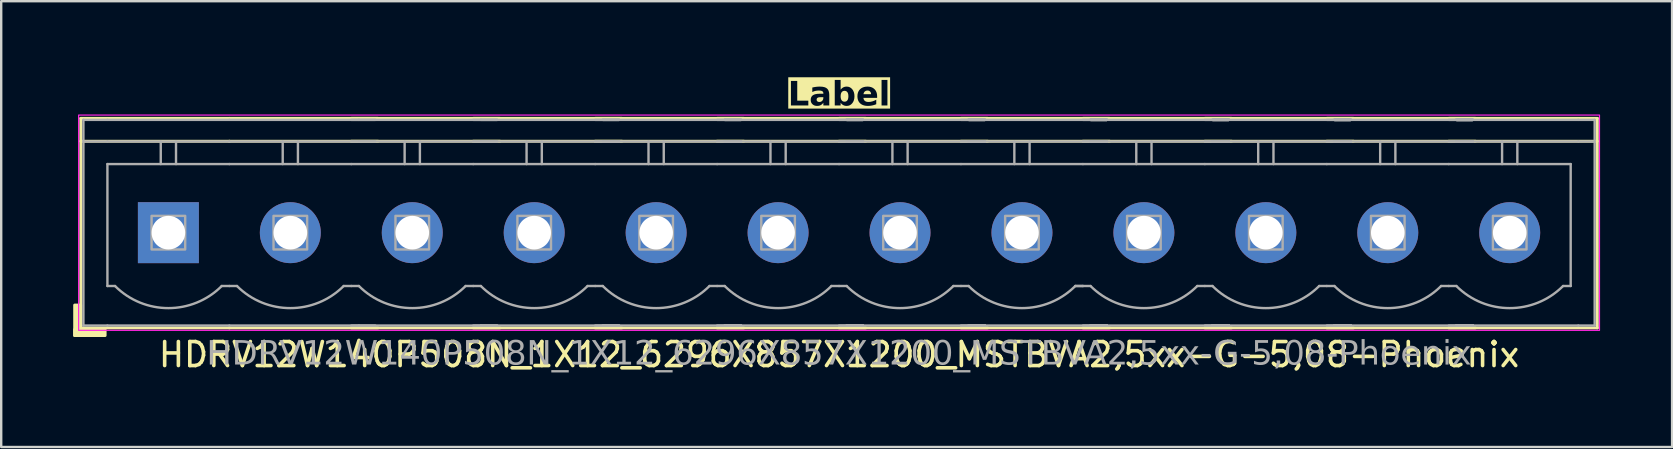
<source format=kicad_pcb>
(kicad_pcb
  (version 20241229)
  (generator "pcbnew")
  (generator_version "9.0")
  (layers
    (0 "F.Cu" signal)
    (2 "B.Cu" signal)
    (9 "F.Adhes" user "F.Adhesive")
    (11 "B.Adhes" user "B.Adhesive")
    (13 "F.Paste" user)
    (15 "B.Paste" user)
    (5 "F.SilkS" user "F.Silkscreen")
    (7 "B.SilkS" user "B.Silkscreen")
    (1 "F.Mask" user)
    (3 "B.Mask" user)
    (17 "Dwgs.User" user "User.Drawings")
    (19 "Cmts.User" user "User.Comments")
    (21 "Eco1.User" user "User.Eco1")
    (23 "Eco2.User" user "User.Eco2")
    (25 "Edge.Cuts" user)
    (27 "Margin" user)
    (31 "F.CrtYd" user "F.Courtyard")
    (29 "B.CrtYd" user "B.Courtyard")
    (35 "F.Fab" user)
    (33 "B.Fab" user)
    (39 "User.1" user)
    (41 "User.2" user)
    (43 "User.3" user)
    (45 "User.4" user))
  (footprint "HDRV12W140P508N_1X12_6296X857X1200_MSTBVA2,5xx-G-5,08-Phoenix"
    (layer "F.Cu")
    (at 31.905 6.643)
    (property "Reference" "HDRV12W140P508N_1X12_6296X857X1200_MSTBVA2,5xx-G-5,08-Phoenix" (at 0 5.08 0) (layer "F.SilkS") (effects (font (size 1 1) (thickness 0.15))))
    (property "Label" "Label" (at 0 -5.715 0) (layer "F.SilkS" knockout) (effects (font (face "Tahoma") (size 1 1) (thickness 0.2) (bold yes))))
    (attr through_hole)
    (fp_line (start -31.591 -4.763) (end -31.591 3.969) (stroke (width 0.12) (type solid)) (layer "F.SilkS"))
    (fp_line (start -31.591 -4.763) (end -25.4 -4.763) (stroke (width 0.12) (type solid)) (layer "F.SilkS"))
    (fp_line (start -31.591 -3.81) (end -25.4 -3.81) (stroke (width 0.12) (type solid)) (layer "F.SilkS"))
    (fp_line (start -31.591 3.969) (end -25.4 3.969) (stroke (width 0.12) (type solid)) (layer "F.SilkS"))
    (fp_line (start -19.209 -4.763) (end -25.4 -4.763) (stroke (width 0.12) (type solid)) (layer "F.SilkS"))
    (fp_line (start -19.209 -3.81) (end -25.4 -3.81) (stroke (width 0.12) (type solid)) (layer "F.SilkS"))
    (fp_line (start -19.209 3.969) (end -25.4 3.969) (stroke (width 0.12) (type solid)) (layer "F.SilkS"))
    (fp_line (start -14.129 -4.763) (end -20.32 -4.763) (stroke (width 0.12) (type solid)) (layer "F.SilkS"))
    (fp_line (start -14.129 -3.81) (end -20.32 -3.81) (stroke (width 0.12) (type solid)) (layer "F.SilkS"))
    (fp_line (start -14.129 3.969) (end -20.32 3.969) (stroke (width 0.12) (type solid)) (layer "F.SilkS"))
    (fp_line (start -9.049 -4.763) (end -15.24 -4.763) (stroke (width 0.12) (type solid)) (layer "F.SilkS"))
    (fp_line (start -9.049 -3.81) (end -15.24 -3.81) (stroke (width 0.12) (type solid)) (layer "F.SilkS"))
    (fp_line (start -9.049 3.969) (end -15.24 3.969) (stroke (width 0.12) (type solid)) (layer "F.SilkS"))
    (fp_line (start -3.969 -4.763) (end -10.16 -4.763) (stroke (width 0.12) (type solid)) (layer "F.SilkS"))
    (fp_line (start -3.969 -3.81) (end -10.16 -3.81) (stroke (width 0.12) (type solid)) (layer "F.SilkS"))
    (fp_line (start -3.969 3.969) (end -10.16 3.969) (stroke (width 0.12) (type solid)) (layer "F.SilkS"))
    (fp_line (start 1.111 -4.763) (end -5.08 -4.763) (stroke (width 0.12) (type solid)) (layer "F.SilkS"))
    (fp_line (start 1.111 -3.81) (end -5.08 -3.81) (stroke (width 0.12) (type solid)) (layer "F.SilkS"))
    (fp_line (start 1.111 3.969) (end -5.08 3.969) (stroke (width 0.12) (type solid)) (layer "F.SilkS"))
    (fp_line (start 6.191 -4.763) (end 0 -4.763) (stroke (width 0.12) (type solid)) (layer "F.SilkS"))
    (fp_line (start 6.191 -3.81) (end 0 -3.81) (stroke (width 0.12) (type solid)) (layer "F.SilkS"))
    (fp_line (start 6.191 3.969) (end 0 3.969) (stroke (width 0.12) (type solid)) (layer "F.SilkS"))
    (fp_line (start 11.271 -4.763) (end 5.08 -4.763) (stroke (width 0.12) (type solid)) (layer "F.SilkS"))
    (fp_line (start 11.271 -3.81) (end 5.08 -3.81) (stroke (width 0.12) (type solid)) (layer "F.SilkS"))
    (fp_line (start 11.271 3.969) (end 5.08 3.969) (stroke (width 0.12) (type solid)) (layer "F.SilkS"))
    (fp_line (start 16.351 -4.763) (end 10.16 -4.763) (stroke (width 0.12) (type solid)) (layer "F.SilkS"))
    (fp_line (start 16.351 -3.81) (end 10.16 -3.81) (stroke (width 0.12) (type solid)) (layer "F.SilkS"))
    (fp_line (start 16.351 3.969) (end 10.16 3.969) (stroke (width 0.12) (type solid)) (layer "F.SilkS"))
    (fp_line (start 21.431 -4.763) (end 15.24 -4.763) (stroke (width 0.12) (type solid)) (layer "F.SilkS"))
    (fp_line (start 21.431 -3.81) (end 15.24 -3.81) (stroke (width 0.12) (type solid)) (layer "F.SilkS"))
    (fp_line (start 21.431 3.969) (end 15.24 3.969) (stroke (width 0.12) (type solid)) (layer "F.SilkS"))
    (fp_line (start 26.511 -4.763) (end 20.32 -4.763) (stroke (width 0.12) (type solid)) (layer "F.SilkS"))
    (fp_line (start 26.511 -3.81) (end 20.32 -3.81) (stroke (width 0.12) (type solid)) (layer "F.SilkS"))
    (fp_line (start 26.511 3.969) (end 20.32 3.969) (stroke (width 0.12) (type solid)) (layer "F.SilkS"))
    (fp_line (start 31.591 -4.763) (end 25.4 -4.763) (stroke (width 0.12) (type solid)) (layer "F.SilkS"))
    (fp_line (start 31.591 -4.763) (end 31.591 3.969) (stroke (width 0.12) (type solid)) (layer "F.SilkS"))
    (fp_line (start 31.591 -3.81) (end 25.4 -3.81) (stroke (width 0.12) (type solid)) (layer "F.SilkS"))
    (fp_line (start 31.591 3.969) (end 25.4 3.969) (stroke (width 0.12) (type solid)) (layer "F.SilkS"))
    (fp_rect (start -31.591 3.016) (end -31.845 4.286) (stroke (width 0.12) (type solid)) (fill yes) (layer "F.SilkS"))
    (fp_rect (start -30.575 4.286) (end -31.845 4.032) (stroke (width 0.12) (type solid)) (fill yes) (layer "F.SilkS"))
    (fp_rect (start -31.68 -4.9) (end 31.68 4.07) (stroke (width 0.05) (type default)) (fill no) (layer "F.CrtYd"))
    (fp_line (start -31.48 -4.7) (end -31.48 3.87) (stroke (width 0.1) (type solid)) (layer "F.Fab"))
    (fp_line (start -31.48 -3.8) (end -30.48 -3.8) (stroke (width 0.1) (type solid)) (layer "F.Fab"))
    (fp_line (start -30.48 -4.7) (end -31.48 -4.7) (stroke (width 0.1) (type solid)) (layer "F.Fab"))
    (fp_line (start -30.48 -4.7) (end -25.4 -4.7) (stroke (width 0.1) (type solid)) (layer "F.Fab"))
    (fp_line (start -30.48 -2.858) (end -25.4 -2.858) (stroke (width 0.1) (type default)) (layer "F.Fab"))
    (fp_line (start -30.48 2.222) (end -30.48 -2.858) (stroke (width 0.1) (type default)) (layer "F.Fab"))
    (fp_line (start -30.48 3.87) (end -31.48 3.87) (stroke (width 0.1) (type solid)) (layer "F.Fab"))
    (fp_line (start -30.48 3.87) (end -25.4 3.87) (stroke (width 0.1) (type solid)) (layer "F.Fab"))
    (fp_line (start -30.163 2.222) (end -30.48 2.222) (stroke (width 0.1) (type default)) (layer "F.Fab"))
    (fp_line (start -28.258 -3.8) (end -28.258 -2.858) (stroke (width 0.1) (type default)) (layer "F.Fab"))
    (fp_line (start -27.622 -3.8) (end -27.622 -2.858) (stroke (width 0.1) (type default)) (layer "F.Fab"))
    (fp_line (start -25.4 -4.7) (end -20.003 -4.7) (stroke (width 0.1) (type solid)) (layer "F.Fab"))
    (fp_line (start -25.4 -3.8) (end -30.48 -3.8) (stroke (width 0.1) (type solid)) (layer "F.Fab"))
    (fp_line (start -25.4 -2.858) (end -20.32 -2.858) (stroke (width 0.1) (type default)) (layer "F.Fab"))
    (fp_line (start -25.4 2.222) (end -25.718 2.222) (stroke (width 0.1) (type default)) (layer "F.Fab"))
    (fp_line (start -25.4 3.87) (end -20.003 3.87) (stroke (width 0.1) (type solid)) (layer "F.Fab"))
    (fp_line (start -25.082 2.222) (end -25.4 2.222) (stroke (width 0.1) (type default)) (layer "F.Fab"))
    (fp_line (start -23.177 -3.8) (end -23.177 -2.858) (stroke (width 0.1) (type default)) (layer "F.Fab"))
    (fp_line (start -22.543 -3.8) (end -22.543 -2.858) (stroke (width 0.1) (type default)) (layer "F.Fab"))
    (fp_line (start -20.32 -4.7) (end -14.922 -4.7) (stroke (width 0.1) (type solid)) (layer "F.Fab"))
    (fp_line (start -20.32 -2.858) (end -15.24 -2.858) (stroke (width 0.1) (type default)) (layer "F.Fab"))
    (fp_line (start -20.32 2.222) (end -20.637 2.222) (stroke (width 0.1) (type default)) (layer "F.Fab"))
    (fp_line (start -20.32 3.87) (end -14.922 3.87) (stroke (width 0.1) (type solid)) (layer "F.Fab"))
    (fp_line (start -20.003 -4.7) (end -19.32 -4.7) (stroke (width 0.1) (type solid)) (layer "F.Fab"))
    (fp_line (start -20.003 -3.8) (end -25.4 -3.8) (stroke (width 0.1) (type solid)) (layer "F.Fab"))
    (fp_line (start -20.003 2.222) (end -20.32 2.222) (stroke (width 0.1) (type default)) (layer "F.Fab"))
    (fp_line (start -20.003 3.87) (end -19.32 3.87) (stroke (width 0.1) (type solid)) (layer "F.Fab"))
    (fp_line (start -19.32 -3.8) (end -20.003 -3.8) (stroke (width 0.1) (type solid)) (layer "F.Fab"))
    (fp_line (start -18.098 -3.8) (end -18.098 -2.858) (stroke (width 0.1) (type default)) (layer "F.Fab"))
    (fp_line (start -17.462 -3.8) (end -17.462 -2.858) (stroke (width 0.1) (type default)) (layer "F.Fab"))
    (fp_line (start -15.24 -4.7) (end -9.842 -4.7) (stroke (width 0.1) (type solid)) (layer "F.Fab"))
    (fp_line (start -15.24 -2.858) (end -10.16 -2.858) (stroke (width 0.1) (type default)) (layer "F.Fab"))
    (fp_line (start -15.24 2.222) (end -15.557 2.222) (stroke (width 0.1) (type default)) (layer "F.Fab"))
    (fp_line (start -15.24 3.87) (end -9.842 3.87) (stroke (width 0.1) (type solid)) (layer "F.Fab"))
    (fp_line (start -14.922 -4.7) (end -14.24 -4.7) (stroke (width 0.1) (type solid)) (layer "F.Fab"))
    (fp_line (start -14.922 -4.7) (end -14.24 -4.7) (stroke (width 0.1) (type solid)) (layer "F.Fab"))
    (fp_line (start -14.922 -3.8) (end -20.32 -3.8) (stroke (width 0.1) (type solid)) (layer "F.Fab"))
    (fp_line (start -14.922 2.222) (end -15.24 2.222) (stroke (width 0.1) (type default)) (layer "F.Fab"))
    (fp_line (start -14.922 3.87) (end -14.24 3.87) (stroke (width 0.1) (type solid)) (layer "F.Fab"))
    (fp_line (start -14.922 3.87) (end -14.24 3.87) (stroke (width 0.1) (type solid)) (layer "F.Fab"))
    (fp_line (start -14.24 -3.8) (end -14.922 -3.8) (stroke (width 0.1) (type solid)) (layer "F.Fab"))
    (fp_line (start -14.24 -3.8) (end -14.922 -3.8) (stroke (width 0.1) (type solid)) (layer "F.Fab"))
    (fp_line (start -13.018 -3.8) (end -13.018 -2.858) (stroke (width 0.1) (type default)) (layer "F.Fab"))
    (fp_line (start -12.383 -3.8) (end -12.383 -2.858) (stroke (width 0.1) (type default)) (layer "F.Fab"))
    (fp_line (start -10.16 -4.7) (end -4.763 -4.7) (stroke (width 0.1) (type solid)) (layer "F.Fab"))
    (fp_line (start -10.16 -2.858) (end -5.08 -2.858) (stroke (width 0.1) (type default)) (layer "F.Fab"))
    (fp_line (start -10.16 2.222) (end -10.477 2.222) (stroke (width 0.1) (type default)) (layer "F.Fab"))
    (fp_line (start -10.16 3.87) (end -4.763 3.87) (stroke (width 0.1) (type solid)) (layer "F.Fab"))
    (fp_line (start -9.842 -4.7) (end -9.16 -4.7) (stroke (width 0.1) (type solid)) (layer "F.Fab"))
    (fp_line (start -9.842 -4.7) (end -9.16 -4.7) (stroke (width 0.1) (type solid)) (layer "F.Fab"))
    (fp_line (start -9.842 -4.7) (end -9.16 -4.7) (stroke (width 0.1) (type solid)) (layer "F.Fab"))
    (fp_line (start -9.842 -3.8) (end -15.24 -3.8) (stroke (width 0.1) (type solid)) (layer "F.Fab"))
    (fp_line (start -9.842 2.222) (end -10.16 2.222) (stroke (width 0.1) (type default)) (layer "F.Fab"))
    (fp_line (start -9.842 3.87) (end -9.16 3.87) (stroke (width 0.1) (type solid)) (layer "F.Fab"))
    (fp_line (start -9.842 3.87) (end -9.16 3.87) (stroke (width 0.1) (type solid)) (layer "F.Fab"))
    (fp_line (start -9.842 3.87) (end -9.16 3.87) (stroke (width 0.1) (type solid)) (layer "F.Fab"))
    (fp_line (start -9.16 -3.8) (end -9.842 -3.8) (stroke (width 0.1) (type solid)) (layer "F.Fab"))
    (fp_line (start -9.16 -3.8) (end -9.842 -3.8) (stroke (width 0.1) (type solid)) (layer "F.Fab"))
    (fp_line (start -9.16 -3.8) (end -9.842 -3.8) (stroke (width 0.1) (type solid)) (layer "F.Fab"))
    (fp_line (start -7.938 -3.8) (end -7.938 -2.858) (stroke (width 0.1) (type default)) (layer "F.Fab"))
    (fp_line (start -7.303 -3.8) (end -7.303 -2.858) (stroke (width 0.1) (type default)) (layer "F.Fab"))
    (fp_line (start -5.08 -4.7) (end 0.318 -4.7) (stroke (width 0.1) (type solid)) (layer "F.Fab"))
    (fp_line (start -5.08 -2.858) (end 0 -2.858) (stroke (width 0.1) (type default)) (layer "F.Fab"))
    (fp_line (start -5.08 2.222) (end -5.397 2.222) (stroke (width 0.1) (type default)) (layer "F.Fab"))
    (fp_line (start -5.08 3.87) (end 0.318 3.87) (stroke (width 0.1) (type solid)) (layer "F.Fab"))
    (fp_line (start -4.763 -4.7) (end -4.08 -4.7) (stroke (width 0.1) (type solid)) (layer "F.Fab"))
    (fp_line (start -4.763 -4.7) (end -4.08 -4.7) (stroke (width 0.1) (type solid)) (layer "F.Fab"))
    (fp_line (start -4.763 -4.7) (end -4.08 -4.7) (stroke (width 0.1) (type solid)) (layer "F.Fab"))
    (fp_line (start -4.763 -4.7) (end -4.08 -4.7) (stroke (width 0.1) (type solid)) (layer "F.Fab"))
    (fp_line (start -4.763 -3.8) (end -10.16 -3.8) (stroke (width 0.1) (type solid)) (layer "F.Fab"))
    (fp_line (start -4.763 2.222) (end -5.08 2.222) (stroke (width 0.1) (type default)) (layer "F.Fab"))
    (fp_line (start -4.763 3.87) (end -4.08 3.87) (stroke (width 0.1) (type solid)) (layer "F.Fab"))
    (fp_line (start -4.763 3.87) (end -4.08 3.87) (stroke (width 0.1) (type solid)) (layer "F.Fab"))
    (fp_line (start -4.763 3.87) (end -4.08 3.87) (stroke (width 0.1) (type solid)) (layer "F.Fab"))
    (fp_line (start -4.763 3.87) (end -4.08 3.87) (stroke (width 0.1) (type solid)) (layer "F.Fab"))
    (fp_line (start -4.08 -3.8) (end -4.763 -3.8) (stroke (width 0.1) (type solid)) (layer "F.Fab"))
    (fp_line (start -4.08 -3.8) (end -4.763 -3.8) (stroke (width 0.1) (type solid)) (layer "F.Fab"))
    (fp_line (start -4.08 -3.8) (end -4.763 -3.8) (stroke (width 0.1) (type solid)) (layer "F.Fab"))
    (fp_line (start -4.08 -3.8) (end -4.763 -3.8) (stroke (width 0.1) (type solid)) (layer "F.Fab"))
    (fp_line (start -2.857 -3.8) (end -2.857 -2.858) (stroke (width 0.1) (type default)) (layer "F.Fab"))
    (fp_line (start -2.223 -3.8) (end -2.223 -2.858) (stroke (width 0.1) (type default)) (layer "F.Fab"))
    (fp_line (start 0 -4.7) (end 5.397 -4.7) (stroke (width 0.1) (type solid)) (layer "F.Fab"))
    (fp_line (start 0 -2.858) (end 5.08 -2.858) (stroke (width 0.1) (type default)) (layer "F.Fab"))
    (fp_line (start 0 2.222) (end -0.318 2.222) (stroke (width 0.1) (type default)) (layer "F.Fab"))
    (fp_line (start 0 3.87) (end 5.397 3.87) (stroke (width 0.1) (type solid)) (layer "F.Fab"))
    (fp_line (start 0.318 -4.7) (end 1 -4.7) (stroke (width 0.1) (type solid)) (layer "F.Fab"))
    (fp_line (start 0.318 -4.7) (end 1 -4.7) (stroke (width 0.1) (type solid)) (layer "F.Fab"))
    (fp_line (start 0.318 -4.7) (end 1 -4.7) (stroke (width 0.1) (type solid)) (layer "F.Fab"))
    (fp_line (start 0.318 -4.7) (end 1 -4.7) (stroke (width 0.1) (type solid)) (layer "F.Fab"))
    (fp_line (start 0.318 -4.7) (end 1 -4.7) (stroke (width 0.1) (type solid)) (layer "F.Fab"))
    (fp_line (start 0.318 -3.8) (end -5.08 -3.8) (stroke (width 0.1) (type solid)) (layer "F.Fab"))
    (fp_line (start 0.318 2.222) (end 0 2.222) (stroke (width 0.1) (type default)) (layer "F.Fab"))
    (fp_line (start 0.318 3.87) (end 1 3.87) (stroke (width 0.1) (type solid)) (layer "F.Fab"))
    (fp_line (start 0.318 3.87) (end 1 3.87) (stroke (width 0.1) (type solid)) (layer "F.Fab"))
    (fp_line (start 0.318 3.87) (end 1 3.87) (stroke (width 0.1) (type solid)) (layer "F.Fab"))
    (fp_line (start 0.318 3.87) (end 1 3.87) (stroke (width 0.1) (type solid)) (layer "F.Fab"))
    (fp_line (start 0.318 3.87) (end 1 3.87) (stroke (width 0.1) (type solid)) (layer "F.Fab"))
    (fp_line (start 1 -3.8) (end 0.318 -3.8) (stroke (width 0.1) (type solid)) (layer "F.Fab"))
    (fp_line (start 1 -3.8) (end 0.318 -3.8) (stroke (width 0.1) (type solid)) (layer "F.Fab"))
    (fp_line (start 1 -3.8) (end 0.318 -3.8) (stroke (width 0.1) (type solid)) (layer "F.Fab"))
    (fp_line (start 1 -3.8) (end 0.318 -3.8) (stroke (width 0.1) (type solid)) (layer "F.Fab"))
    (fp_line (start 1 -3.8) (end 0.318 -3.8) (stroke (width 0.1) (type solid)) (layer "F.Fab"))
    (fp_line (start 2.223 -3.8) (end 2.223 -2.858) (stroke (width 0.1) (type default)) (layer "F.Fab"))
    (fp_line (start 2.857 -3.8) (end 2.857 -2.858) (stroke (width 0.1) (type default)) (layer "F.Fab"))
    (fp_line (start 5.08 -4.7) (end 10.477 -4.7) (stroke (width 0.1) (type solid)) (layer "F.Fab"))
    (fp_line (start 5.08 -2.858) (end 10.16 -2.858) (stroke (width 0.1) (type default)) (layer "F.Fab"))
    (fp_line (start 5.08 2.222) (end 4.763 2.222) (stroke (width 0.1) (type default)) (layer "F.Fab"))
    (fp_line (start 5.08 3.87) (end 10.477 3.87) (stroke (width 0.1) (type solid)) (layer "F.Fab"))
    (fp_line (start 5.397 -4.7) (end 6.08 -4.7) (stroke (width 0.1) (type solid)) (layer "F.Fab"))
    (fp_line (start 5.397 -4.7) (end 6.08 -4.7) (stroke (width 0.1) (type solid)) (layer "F.Fab"))
    (fp_line (start 5.397 -4.7) (end 6.08 -4.7) (stroke (width 0.1) (type solid)) (layer "F.Fab"))
    (fp_line (start 5.397 -4.7) (end 6.08 -4.7) (stroke (width 0.1) (type solid)) (layer "F.Fab"))
    (fp_line (start 5.397 -4.7) (end 6.08 -4.7) (stroke (width 0.1) (type solid)) (layer "F.Fab"))
    (fp_line (start 5.397 -4.7) (end 6.08 -4.7) (stroke (width 0.1) (type solid)) (layer "F.Fab"))
    (fp_line (start 5.397 -3.8) (end 0 -3.8) (stroke (width 0.1) (type solid)) (layer "F.Fab"))
    (fp_line (start 5.397 2.222) (end 5.08 2.222) (stroke (width 0.1) (type default)) (layer "F.Fab"))
    (fp_line (start 5.397 3.87) (end 6.08 3.87) (stroke (width 0.1) (type solid)) (layer "F.Fab"))
    (fp_line (start 5.397 3.87) (end 6.08 3.87) (stroke (width 0.1) (type solid)) (layer "F.Fab"))
    (fp_line (start 5.397 3.87) (end 6.08 3.87) (stroke (width 0.1) (type solid)) (layer "F.Fab"))
    (fp_line (start 5.397 3.87) (end 6.08 3.87) (stroke (width 0.1) (type solid)) (layer "F.Fab"))
    (fp_line (start 5.397 3.87) (end 6.08 3.87) (stroke (width 0.1) (type solid)) (layer "F.Fab"))
    (fp_line (start 5.397 3.87) (end 6.08 3.87) (stroke (width 0.1) (type solid)) (layer "F.Fab"))
    (fp_line (start 6.08 -3.8) (end 5.397 -3.8) (stroke (width 0.1) (type solid)) (layer "F.Fab"))
    (fp_line (start 6.08 -3.8) (end 5.397 -3.8) (stroke (width 0.1) (type solid)) (layer "F.Fab"))
    (fp_line (start 6.08 -3.8) (end 5.397 -3.8) (stroke (width 0.1) (type solid)) (layer "F.Fab"))
    (fp_line (start 6.08 -3.8) (end 5.397 -3.8) (stroke (width 0.1) (type solid)) (layer "F.Fab"))
    (fp_line (start 6.08 -3.8) (end 5.397 -3.8) (stroke (width 0.1) (type solid)) (layer "F.Fab"))
    (fp_line (start 6.08 -3.8) (end 5.397 -3.8) (stroke (width 0.1) (type solid)) (layer "F.Fab"))
    (fp_line (start 7.303 -3.8) (end 7.303 -2.858) (stroke (width 0.1) (type default)) (layer "F.Fab"))
    (fp_line (start 7.938 -3.8) (end 7.938 -2.858) (stroke (width 0.1) (type default)) (layer "F.Fab"))
    (fp_line (start 10.16 -4.7) (end 15.557 -4.7) (stroke (width 0.1) (type solid)) (layer "F.Fab"))
    (fp_line (start 10.16 -2.858) (end 15.24 -2.858) (stroke (width 0.1) (type default)) (layer "F.Fab"))
    (fp_line (start 10.16 2.222) (end 9.842 2.222) (stroke (width 0.1) (type default)) (layer "F.Fab"))
    (fp_line (start 10.16 2.222) (end 9.842 2.222) (stroke (width 0.1) (type default)) (layer "F.Fab"))
    (fp_line (start 10.16 3.87) (end 15.557 3.87) (stroke (width 0.1) (type solid)) (layer "F.Fab"))
    (fp_line (start 10.477 -4.7) (end 11.16 -4.7) (stroke (width 0.1) (type solid)) (layer "F.Fab"))
    (fp_line (start 10.477 -4.7) (end 11.16 -4.7) (stroke (width 0.1) (type solid)) (layer "F.Fab"))
    (fp_line (start 10.477 -4.7) (end 11.16 -4.7) (stroke (width 0.1) (type solid)) (layer "F.Fab"))
    (fp_line (start 10.477 -4.7) (end 11.16 -4.7) (stroke (width 0.1) (type solid)) (layer "F.Fab"))
    (fp_line (start 10.477 -4.7) (end 11.16 -4.7) (stroke (width 0.1) (type solid)) (layer "F.Fab"))
    (fp_line (start 10.477 -4.7) (end 11.16 -4.7) (stroke (width 0.1) (type solid)) (layer "F.Fab"))
    (fp_line (start 10.477 -4.7) (end 11.16 -4.7) (stroke (width 0.1) (type solid)) (layer "F.Fab"))
    (fp_line (start 10.477 -3.8) (end 5.08 -3.8) (stroke (width 0.1) (type solid)) (layer "F.Fab"))
    (fp_line (start 10.477 2.222) (end 10.16 2.222) (stroke (width 0.1) (type default)) (layer "F.Fab"))
    (fp_line (start 10.477 3.87) (end 11.16 3.87) (stroke (width 0.1) (type solid)) (layer "F.Fab"))
    (fp_line (start 10.477 3.87) (end 11.16 3.87) (stroke (width 0.1) (type solid)) (layer "F.Fab"))
    (fp_line (start 10.477 3.87) (end 11.16 3.87) (stroke (width 0.1) (type solid)) (layer "F.Fab"))
    (fp_line (start 10.477 3.87) (end 11.16 3.87) (stroke (width 0.1) (type solid)) (layer "F.Fab"))
    (fp_line (start 10.477 3.87) (end 11.16 3.87) (stroke (width 0.1) (type solid)) (layer "F.Fab"))
    (fp_line (start 10.477 3.87) (end 11.16 3.87) (stroke (width 0.1) (type solid)) (layer "F.Fab"))
    (fp_line (start 10.477 3.87) (end 11.16 3.87) (stroke (width 0.1) (type solid)) (layer "F.Fab"))
    (fp_line (start 11.16 -3.8) (end 10.477 -3.8) (stroke (width 0.1) (type solid)) (layer "F.Fab"))
    (fp_line (start 11.16 -3.8) (end 10.477 -3.8) (stroke (width 0.1) (type solid)) (layer "F.Fab"))
    (fp_line (start 11.16 -3.8) (end 10.477 -3.8) (stroke (width 0.1) (type solid)) (layer "F.Fab"))
    (fp_line (start 11.16 -3.8) (end 10.477 -3.8) (stroke (width 0.1) (type solid)) (layer "F.Fab"))
    (fp_line (start 11.16 -3.8) (end 10.477 -3.8) (stroke (width 0.1) (type solid)) (layer "F.Fab"))
    (fp_line (start 11.16 -3.8) (end 10.477 -3.8) (stroke (width 0.1) (type solid)) (layer "F.Fab"))
    (fp_line (start 11.16 -3.8) (end 10.477 -3.8) (stroke (width 0.1) (type solid)) (layer "F.Fab"))
    (fp_line (start 12.383 -3.8) (end 12.383 -2.858) (stroke (width 0.1) (type default)) (layer "F.Fab"))
    (fp_line (start 13.018 -3.8) (end 13.018 -2.858) (stroke (width 0.1) (type default)) (layer "F.Fab"))
    (fp_line (start 15.24 -4.7) (end 20.637 -4.7) (stroke (width 0.1) (type solid)) (layer "F.Fab"))
    (fp_line (start 15.24 -2.858) (end 20.32 -2.858) (stroke (width 0.1) (type default)) (layer "F.Fab"))
    (fp_line (start 15.24 2.222) (end 14.922 2.222) (stroke (width 0.1) (type default)) (layer "F.Fab"))
    (fp_line (start 15.24 3.87) (end 20.637 3.87) (stroke (width 0.1) (type solid)) (layer "F.Fab"))
    (fp_line (start 15.557 -4.7) (end 16.24 -4.7) (stroke (width 0.1) (type solid)) (layer "F.Fab"))
    (fp_line (start 15.557 -4.7) (end 16.24 -4.7) (stroke (width 0.1) (type solid)) (layer "F.Fab"))
    (fp_line (start 15.557 -4.7) (end 16.24 -4.7) (stroke (width 0.1) (type solid)) (layer "F.Fab"))
    (fp_line (start 15.557 -4.7) (end 16.24 -4.7) (stroke (width 0.1) (type solid)) (layer "F.Fab"))
    (fp_line (start 15.557 -4.7) (end 16.24 -4.7) (stroke (width 0.1) (type solid)) (layer "F.Fab"))
    (fp_line (start 15.557 -4.7) (end 16.24 -4.7) (stroke (width 0.1) (type solid)) (layer "F.Fab"))
    (fp_line (start 15.557 -4.7) (end 16.24 -4.7) (stroke (width 0.1) (type solid)) (layer "F.Fab"))
    (fp_line (start 15.557 -4.7) (end 16.24 -4.7) (stroke (width 0.1) (type solid)) (layer "F.Fab"))
    (fp_line (start 15.557 -3.8) (end 10.16 -3.8) (stroke (width 0.1) (type solid)) (layer "F.Fab"))
    (fp_line (start 15.557 2.222) (end 15.24 2.222) (stroke (width 0.1) (type default)) (layer "F.Fab"))
    (fp_line (start 15.557 3.87) (end 16.24 3.87) (stroke (width 0.1) (type solid)) (layer "F.Fab"))
    (fp_line (start 15.557 3.87) (end 16.24 3.87) (stroke (width 0.1) (type solid)) (layer "F.Fab"))
    (fp_line (start 15.557 3.87) (end 16.24 3.87) (stroke (width 0.1) (type solid)) (layer "F.Fab"))
    (fp_line (start 15.557 3.87) (end 16.24 3.87) (stroke (width 0.1) (type solid)) (layer "F.Fab"))
    (fp_line (start 15.557 3.87) (end 16.24 3.87) (stroke (width 0.1) (type solid)) (layer "F.Fab"))
    (fp_line (start 15.557 3.87) (end 16.24 3.87) (stroke (width 0.1) (type solid)) (layer "F.Fab"))
    (fp_line (start 15.557 3.87) (end 16.24 3.87) (stroke (width 0.1) (type solid)) (layer "F.Fab"))
    (fp_line (start 15.557 3.87) (end 16.24 3.87) (stroke (width 0.1) (type solid)) (layer "F.Fab"))
    (fp_line (start 16.24 -3.8) (end 15.557 -3.8) (stroke (width 0.1) (type solid)) (layer "F.Fab"))
    (fp_line (start 16.24 -3.8) (end 15.557 -3.8) (stroke (width 0.1) (type solid)) (layer "F.Fab"))
    (fp_line (start 16.24 -3.8) (end 15.557 -3.8) (stroke (width 0.1) (type solid)) (layer "F.Fab"))
    (fp_line (start 16.24 -3.8) (end 15.557 -3.8) (stroke (width 0.1) (type solid)) (layer "F.Fab"))
    (fp_line (start 16.24 -3.8) (end 15.557 -3.8) (stroke (width 0.1) (type solid)) (layer "F.Fab"))
    (fp_line (start 16.24 -3.8) (end 15.557 -3.8) (stroke (width 0.1) (type solid)) (layer "F.Fab"))
    (fp_line (start 16.24 -3.8) (end 15.557 -3.8) (stroke (width 0.1) (type solid)) (layer "F.Fab"))
    (fp_line (start 16.24 -3.8) (end 15.557 -3.8) (stroke (width 0.1) (type solid)) (layer "F.Fab"))
    (fp_line (start 17.462 -3.8) (end 17.462 -2.858) (stroke (width 0.1) (type default)) (layer "F.Fab"))
    (fp_line (start 18.098 -3.8) (end 18.098 -2.858) (stroke (width 0.1) (type default)) (layer "F.Fab"))
    (fp_line (start 20.32 -4.7) (end 25.718 -4.7) (stroke (width 0.1) (type solid)) (layer "F.Fab"))
    (fp_line (start 20.32 -2.858) (end 25.4 -2.858) (stroke (width 0.1) (type default)) (layer "F.Fab"))
    (fp_line (start 20.32 2.222) (end 20.003 2.222) (stroke (width 0.1) (type default)) (layer "F.Fab"))
    (fp_line (start 20.32 3.87) (end 25.718 3.87) (stroke (width 0.1) (type solid)) (layer "F.Fab"))
    (fp_line (start 20.637 -4.7) (end 21.32 -4.7) (stroke (width 0.1) (type solid)) (layer "F.Fab"))
    (fp_line (start 20.637 -4.7) (end 21.32 -4.7) (stroke (width 0.1) (type solid)) (layer "F.Fab"))
    (fp_line (start 20.637 -4.7) (end 21.32 -4.7) (stroke (width 0.1) (type solid)) (layer "F.Fab"))
    (fp_line (start 20.637 -4.7) (end 21.32 -4.7) (stroke (width 0.1) (type solid)) (layer "F.Fab"))
    (fp_line (start 20.637 -4.7) (end 21.32 -4.7) (stroke (width 0.1) (type solid)) (layer "F.Fab"))
    (fp_line (start 20.637 -4.7) (end 21.32 -4.7) (stroke (width 0.1) (type solid)) (layer "F.Fab"))
    (fp_line (start 20.637 -4.7) (end 21.32 -4.7) (stroke (width 0.1) (type solid)) (layer "F.Fab"))
    (fp_line (start 20.637 -4.7) (end 21.32 -4.7) (stroke (width 0.1) (type solid)) (layer "F.Fab"))
    (fp_line (start 20.637 -4.7) (end 21.32 -4.7) (stroke (width 0.1) (type solid)) (layer "F.Fab"))
    (fp_line (start 20.637 -3.8) (end 15.24 -3.8) (stroke (width 0.1) (type solid)) (layer "F.Fab"))
    (fp_line (start 20.637 2.222) (end 20.32 2.222) (stroke (width 0.1) (type default)) (layer "F.Fab"))
    (fp_line (start 20.637 3.87) (end 21.32 3.87) (stroke (width 0.1) (type solid)) (layer "F.Fab"))
    (fp_line (start 20.637 3.87) (end 21.32 3.87) (stroke (width 0.1) (type solid)) (layer "F.Fab"))
    (fp_line (start 20.637 3.87) (end 21.32 3.87) (stroke (width 0.1) (type solid)) (layer "F.Fab"))
    (fp_line (start 20.637 3.87) (end 21.32 3.87) (stroke (width 0.1) (type solid)) (layer "F.Fab"))
    (fp_line (start 20.637 3.87) (end 21.32 3.87) (stroke (width 0.1) (type solid)) (layer "F.Fab"))
    (fp_line (start 20.637 3.87) (end 21.32 3.87) (stroke (width 0.1) (type solid)) (layer "F.Fab"))
    (fp_line (start 20.637 3.87) (end 21.32 3.87) (stroke (width 0.1) (type solid)) (layer "F.Fab"))
    (fp_line (start 20.637 3.87) (end 21.32 3.87) (stroke (width 0.1) (type solid)) (layer "F.Fab"))
    (fp_line (start 20.637 3.87) (end 21.32 3.87) (stroke (width 0.1) (type solid)) (layer "F.Fab"))
    (fp_line (start 21.32 -3.8) (end 20.637 -3.8) (stroke (width 0.1) (type solid)) (layer "F.Fab"))
    (fp_line (start 21.32 -3.8) (end 20.637 -3.8) (stroke (width 0.1) (type solid)) (layer "F.Fab"))
    (fp_line (start 21.32 -3.8) (end 20.637 -3.8) (stroke (width 0.1) (type solid)) (layer "F.Fab"))
    (fp_line (start 21.32 -3.8) (end 20.637 -3.8) (stroke (width 0.1) (type solid)) (layer "F.Fab"))
    (fp_line (start 21.32 -3.8) (end 20.637 -3.8) (stroke (width 0.1) (type solid)) (layer "F.Fab"))
    (fp_line (start 21.32 -3.8) (end 20.637 -3.8) (stroke (width 0.1) (type solid)) (layer "F.Fab"))
    (fp_line (start 21.32 -3.8) (end 20.637 -3.8) (stroke (width 0.1) (type solid)) (layer "F.Fab"))
    (fp_line (start 21.32 -3.8) (end 20.637 -3.8) (stroke (width 0.1) (type solid)) (layer "F.Fab"))
    (fp_line (start 21.32 -3.8) (end 20.637 -3.8) (stroke (width 0.1) (type solid)) (layer "F.Fab"))
    (fp_line (start 22.543 -3.8) (end 22.543 -2.858) (stroke (width 0.1) (type default)) (layer "F.Fab"))
    (fp_line (start 23.177 -3.8) (end 23.177 -2.858) (stroke (width 0.1) (type default)) (layer "F.Fab"))
    (fp_line (start 25.4 -4.7) (end 30.797 -4.7) (stroke (width 0.1) (type solid)) (layer "F.Fab"))
    (fp_line (start 25.4 -2.858) (end 30.48 -2.858) (stroke (width 0.1) (type default)) (layer "F.Fab"))
    (fp_line (start 25.4 2.222) (end 25.082 2.222) (stroke (width 0.1) (type default)) (layer "F.Fab"))
    (fp_line (start 25.4 3.87) (end 30.797 3.87) (stroke (width 0.1) (type solid)) (layer "F.Fab"))
    (fp_line (start 25.718 -4.7) (end 26.4 -4.7) (stroke (width 0.1) (type solid)) (layer "F.Fab"))
    (fp_line (start 25.718 -4.7) (end 26.4 -4.7) (stroke (width 0.1) (type solid)) (layer "F.Fab"))
    (fp_line (start 25.718 -4.7) (end 26.4 -4.7) (stroke (width 0.1) (type solid)) (layer "F.Fab"))
    (fp_line (start 25.718 -4.7) (end 26.4 -4.7) (stroke (width 0.1) (type solid)) (layer "F.Fab"))
    (fp_line (start 25.718 -4.7) (end 26.4 -4.7) (stroke (width 0.1) (type solid)) (layer "F.Fab"))
    (fp_line (start 25.718 -4.7) (end 26.4 -4.7) (stroke (width 0.1) (type solid)) (layer "F.Fab"))
    (fp_line (start 25.718 -4.7) (end 26.4 -4.7) (stroke (width 0.1) (type solid)) (layer "F.Fab"))
    (fp_line (start 25.718 -4.7) (end 26.4 -4.7) (stroke (width 0.1) (type solid)) (layer "F.Fab"))
    (fp_line (start 25.718 -4.7) (end 26.4 -4.7) (stroke (width 0.1) (type solid)) (layer "F.Fab"))
    (fp_line (start 25.718 -4.7) (end 26.4 -4.7) (stroke (width 0.1) (type solid)) (layer "F.Fab"))
    (fp_line (start 25.718 -3.8) (end 20.32 -3.8) (stroke (width 0.1) (type solid)) (layer "F.Fab"))
    (fp_line (start 25.718 2.222) (end 25.4 2.222) (stroke (width 0.1) (type default)) (layer "F.Fab"))
    (fp_line (start 25.718 3.87) (end 26.4 3.87) (stroke (width 0.1) (type solid)) (layer "F.Fab"))
    (fp_line (start 25.718 3.87) (end 26.4 3.87) (stroke (width 0.1) (type solid)) (layer "F.Fab"))
    (fp_line (start 25.718 3.87) (end 26.4 3.87) (stroke (width 0.1) (type solid)) (layer "F.Fab"))
    (fp_line (start 25.718 3.87) (end 26.4 3.87) (stroke (width 0.1) (type solid)) (layer "F.Fab"))
    (fp_line (start 25.718 3.87) (end 26.4 3.87) (stroke (width 0.1) (type solid)) (layer "F.Fab"))
    (fp_line (start 25.718 3.87) (end 26.4 3.87) (stroke (width 0.1) (type solid)) (layer "F.Fab"))
    (fp_line (start 25.718 3.87) (end 26.4 3.87) (stroke (width 0.1) (type solid)) (layer "F.Fab"))
    (fp_line (start 25.718 3.87) (end 26.4 3.87) (stroke (width 0.1) (type solid)) (layer "F.Fab"))
    (fp_line (start 25.718 3.87) (end 26.4 3.87) (stroke (width 0.1) (type solid)) (layer "F.Fab"))
    (fp_line (start 25.718 3.87) (end 26.4 3.87) (stroke (width 0.1) (type solid)) (layer "F.Fab"))
    (fp_line (start 26.4 -3.8) (end 25.718 -3.8) (stroke (width 0.1) (type solid)) (layer "F.Fab"))
    (fp_line (start 26.4 -3.8) (end 25.718 -3.8) (stroke (width 0.1) (type solid)) (layer "F.Fab"))
    (fp_line (start 26.4 -3.8) (end 25.718 -3.8) (stroke (width 0.1) (type solid)) (layer "F.Fab"))
    (fp_line (start 26.4 -3.8) (end 25.718 -3.8) (stroke (width 0.1) (type solid)) (layer "F.Fab"))
    (fp_line (start 26.4 -3.8) (end 25.718 -3.8) (stroke (width 0.1) (type solid)) (layer "F.Fab"))
    (fp_line (start 26.4 -3.8) (end 25.718 -3.8) (stroke (width 0.1) (type solid)) (layer "F.Fab"))
    (fp_line (start 26.4 -3.8) (end 25.718 -3.8) (stroke (width 0.1) (type solid)) (layer "F.Fab"))
    (fp_line (start 26.4 -3.8) (end 25.718 -3.8) (stroke (width 0.1) (type solid)) (layer "F.Fab"))
    (fp_line (start 26.4 -3.8) (end 25.718 -3.8) (stroke (width 0.1) (type solid)) (layer "F.Fab"))
    (fp_line (start 26.4 -3.8) (end 25.718 -3.8) (stroke (width 0.1) (type solid)) (layer "F.Fab"))
    (fp_line (start 27.622 -3.8) (end 27.622 -2.858) (stroke (width 0.1) (type default)) (layer "F.Fab"))
    (fp_line (start 28.258 -3.8) (end 28.258 -2.858) (stroke (width 0.1) (type default)) (layer "F.Fab"))
    (fp_line (start 30.48 2.222) (end 30.163 2.222) (stroke (width 0.1) (type default)) (layer "F.Fab"))
    (fp_line (start 30.48 2.222) (end 30.48 -2.858) (stroke (width 0.1) (type default)) (layer "F.Fab"))
    (fp_line (start 30.797 -4.7) (end 31.48 -4.7) (stroke (width 0.1) (type solid)) (layer "F.Fab"))
    (fp_line (start 30.797 -3.8) (end 25.4 -3.8) (stroke (width 0.1) (type solid)) (layer "F.Fab"))
    (fp_line (start 30.797 3.87) (end 31.48 3.87) (stroke (width 0.1) (type solid)) (layer "F.Fab"))
    (fp_line (start 31.48 -4.7) (end 31.48 3.87) (stroke (width 0.1) (type solid)) (layer "F.Fab"))
    (fp_line (start 31.48 -3.8) (end 30.797 -3.8) (stroke (width 0.1) (type solid)) (layer "F.Fab"))
    (fp_rect (start -27.24 -0.7) (end -28.64 0.7) (stroke (width 0.1) (type solid)) (fill no) (layer "F.Fab"))
    (fp_rect (start -22.16 -0.7) (end -23.56 0.7) (stroke (width 0.1) (type solid)) (fill no) (layer "F.Fab"))
    (fp_rect (start -17.08 -0.7) (end -18.48 0.7) (stroke (width 0.1) (type solid)) (fill no) (layer "F.Fab"))
    (fp_rect (start -12 -0.7) (end -13.4 0.7) (stroke (width 0.1) (type solid)) (fill no) (layer "F.Fab"))
    (fp_rect (start -6.92 -0.7) (end -8.32 0.7) (stroke (width 0.1) (type solid)) (fill no) (layer "F.Fab"))
    (fp_rect (start -1.84 -0.7) (end -3.24 0.7) (stroke (width 0.1) (type solid)) (fill no) (layer "F.Fab"))
    (fp_rect (start 3.24 -0.7) (end 1.84 0.7) (stroke (width 0.1) (type solid)) (fill no) (layer "F.Fab"))
    (fp_rect (start 8.32 -0.7) (end 6.92 0.7) (stroke (width 0.1) (type solid)) (fill no) (layer "F.Fab"))
    (fp_rect (start 13.4 -0.7) (end 12 0.7) (stroke (width 0.1) (type solid)) (fill no) (layer "F.Fab"))
    (fp_rect (start 18.48 -0.7) (end 17.08 0.7) (stroke (width 0.1) (type solid)) (fill no) (layer "F.Fab"))
    (fp_rect (start 23.56 -0.7) (end 22.16 0.7) (stroke (width 0.1) (type solid)) (fill no) (layer "F.Fab"))
    (fp_rect (start 28.64 -0.7) (end 27.24 0.7) (stroke (width 0.1) (type solid)) (fill no) (layer "F.Fab"))
    (fp_arc (start -25.7175 2.222484) (mid -27.94 3.143076) (end -30.1625 2.222484) (stroke (width 0.1) (type default)) (layer "F.Fab"))
    (fp_arc (start -20.6375 2.222484) (mid -22.86 3.143076) (end -25.0825 2.222484) (stroke (width 0.1) (type default)) (layer "F.Fab"))
    (fp_arc (start -15.5575 2.222476) (mid -17.78 3.143068) (end -20.0025 2.222476) (stroke (width 0.1) (type default)) (layer "F.Fab"))
    (fp_arc (start -10.4775 2.222492) (mid -12.7 3.143084) (end -14.9225 2.222492) (stroke (width 0.1) (type default)) (layer "F.Fab"))
    (fp_arc (start -5.3975 2.222492) (mid -7.62 3.143084) (end -9.8425 2.222492) (stroke (width 0.1) (type default)) (layer "F.Fab"))
    (fp_arc (start -0.3175 2.222492) (mid -2.54 3.143084) (end -4.7625 2.222492) (stroke (width 0.1) (type default)) (layer "F.Fab"))
    (fp_arc (start 4.7625 2.222492) (mid 2.54 3.143084) (end 0.3175 2.222492) (stroke (width 0.1) (type default)) (layer "F.Fab"))
    (fp_arc (start 9.8425 2.222492) (mid 7.62 3.143084) (end 5.3975 2.222492) (stroke (width 0.1) (type default)) (layer "F.Fab"))
    (fp_arc (start 14.9225 2.222492) (mid 12.7 3.143084) (end 10.4775 2.222492) (stroke (width 0.1) (type default)) (layer "F.Fab"))
    (fp_arc (start 20.0025 2.222492) (mid 17.78 3.143084) (end 15.5575 2.222492) (stroke (width 0.1) (type default)) (layer "F.Fab"))
    (fp_arc (start 25.0825 2.222492) (mid 22.86 3.143084) (end 20.6375 2.222492) (stroke (width 0.1) (type default)) (layer "F.Fab"))
    (fp_arc (start 30.1625 2.222492) (mid 27.94 3.143084) (end 25.7175 2.222492) (stroke (width 0.1) (type default)) (layer "F.Fab"))
    (fp_text user "${REFERENCE}" (at 0 5.08 0) (layer "F.Fab") (effects (font (face "Tahoma") (size 1 1) (thickness 0.15))))
    (pad "1" thru_hole rect (at -27.94 -0.000016) (size 2.54 2.54) (drill 1.4) (layers "*.Cu" "*.Mask"))
    (pad "2" thru_hole circle (at -22.86 -0.000016) (size 2.54 2.54) (drill 1.4) (layers "*.Cu" "*.Mask"))
    (pad "3" thru_hole circle (at -17.78 -0.000024) (size 2.54 2.54) (drill 1.4) (layers "*.Cu" "*.Mask"))
    (pad "4" thru_hole circle (at -12.7 -0.000008) (size 2.54 2.54) (drill 1.4) (layers "*.Cu" "*.Mask"))
    (pad "5" thru_hole circle (at -7.62 -0.000008) (size 2.54 2.54) (drill 1.4) (layers "*.Cu" "*.Mask"))
    (pad "6" thru_hole circle (at -2.54 -0.000008) (size 2.54 2.54) (drill 1.4) (layers "*.Cu" "*.Mask"))
    (pad "7" thru_hole circle (at 2.54 -0.000008) (size 2.54 2.54) (drill 1.4) (layers "*.Cu" "*.Mask"))
    (pad "8" thru_hole circle (at 7.62 -0.000008) (size 2.54 2.54) (drill 1.4) (layers "*.Cu" "*.Mask"))
    (pad "9" thru_hole circle (at 12.7 -0.000008) (size 2.54 2.54) (drill 1.4) (layers "*.Cu" "*.Mask"))
    (pad "10" thru_hole circle (at 17.78 -0.000008) (size 2.54 2.54) (drill 1.4) (layers "*.Cu" "*.Mask"))
    (pad "11" thru_hole circle (at 22.86 -0.000008) (size 2.54 2.54) (drill 1.4) (layers "*.Cu" "*.Mask"))
    (pad "12" thru_hole circle (at 27.94 -0.000008) (size 2.54 2.54) (drill 1.4) (layers "*.Cu" "*.Mask")))
  (gr_rect
    (start -3 -3)
    (end 66.61 15.571)
    (stroke (width 0.1) (type default))
    (fill no)
    (layer "Edge.Cuts")))
</source>
